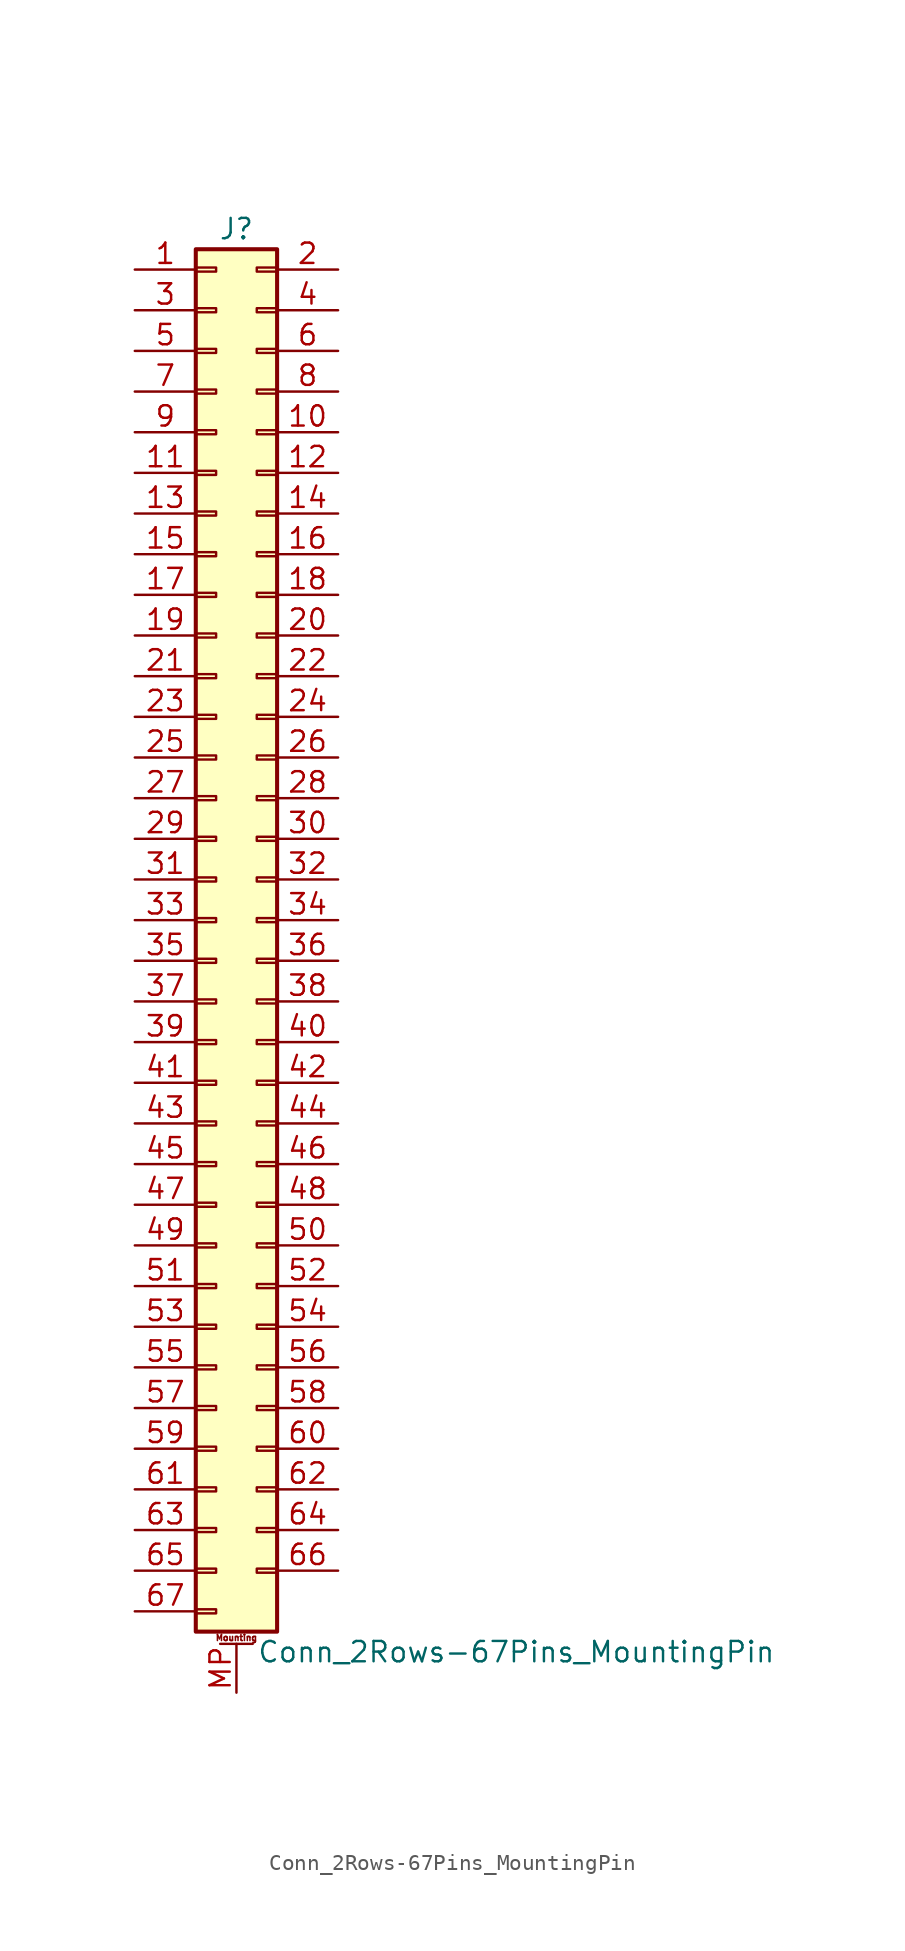
<source format=kicad_sym>
(kicad_symbol_lib
  (version 20211014)
  (generator kicad_symbol_editor)
  (symbol "Conn_2Rows-67Pins_MountingPin"
    (pin_names
      (offset 1.016) hide)
    (property "Reference" "J"
      (at 1.27 43.18 0)
      (effects (font (size 1.27 1.27))))
    (property "Value" "Conn_2Rows-67Pins_MountingPin"
      (at 2.54 -45.72 0)
      (effects (font (size 1.27 1.27)) (justify left)))
    (symbol "Conn_2Rows-67Pins_MountingPin_1_1"
      (rectangle (start -1.27 -43.053) (end 0 -43.307) (stroke (width 0.152) (type default) (color 0 0 0 0)) (fill (type none)))
      (rectangle (start -1.27 -40.513) (end 0 -40.767) (stroke (width 0.152) (type default) (color 0 0 0 0)) (fill (type none)))
      (rectangle (start -1.27 -37.973) (end 0 -38.227) (stroke (width 0.152) (type default) (color 0 0 0 0)) (fill (type none)))
      (rectangle (start -1.27 -35.433) (end 0 -35.687) (stroke (width 0.152) (type default) (color 0 0 0 0)) (fill (type none)))
      (rectangle (start -1.27 -32.893) (end 0 -33.147) (stroke (width 0.152) (type default) (color 0 0 0 0)) (fill (type none)))
      (rectangle (start -1.27 -30.353) (end 0 -30.607) (stroke (width 0.152) (type default) (color 0 0 0 0)) (fill (type none)))
      (rectangle (start -1.27 -27.813) (end 0 -28.067) (stroke (width 0.152) (type default) (color 0 0 0 0)) (fill (type none)))
      (rectangle (start -1.27 -25.273) (end 0 -25.527) (stroke (width 0.152) (type default) (color 0 0 0 0)) (fill (type none)))
      (rectangle (start -1.27 -22.733) (end 0 -22.987) (stroke (width 0.152) (type default) (color 0 0 0 0)) (fill (type none)))
      (rectangle (start -1.27 -20.193) (end 0 -20.447) (stroke (width 0.152) (type default) (color 0 0 0 0)) (fill (type none)))
      (rectangle (start -1.27 -17.653) (end 0 -17.907) (stroke (width 0.152) (type default) (color 0 0 0 0)) (fill (type none)))
      (rectangle (start -1.27 -15.113) (end 0 -15.367) (stroke (width 0.152) (type default) (color 0 0 0 0)) (fill (type none)))
      (rectangle (start -1.27 -12.573) (end 0 -12.827) (stroke (width 0.152) (type default) (color 0 0 0 0)) (fill (type none)))
      (rectangle (start -1.27 -10.033) (end 0 -10.287) (stroke (width 0.152) (type default) (color 0 0 0 0)) (fill (type none)))
      (rectangle (start -1.27 -7.493) (end 0 -7.747) (stroke (width 0.152) (type default) (color 0 0 0 0)) (fill (type none)))
      (rectangle (start -1.27 -4.953) (end 0 -5.207) (stroke (width 0.152) (type default) (color 0 0 0 0)) (fill (type none)))
      (rectangle (start -1.27 -2.413) (end 0 -2.667) (stroke (width 0.152) (type default) (color 0 0 0 0)) (fill (type none)))
      (rectangle (start -1.27 0.127) (end 0 -0.127) (stroke (width 0.152) (type default) (color 0 0 0 0)) (fill (type none)))
      (rectangle (start -1.27 2.667) (end 0 2.413) (stroke (width 0.152) (type default) (color 0 0 0 0)) (fill (type none)))
      (rectangle (start -1.27 5.207) (end 0 4.953) (stroke (width 0.152) (type default) (color 0 0 0 0)) (fill (type none)))
      (rectangle (start -1.27 7.747) (end 0 7.493) (stroke (width 0.152) (type default) (color 0 0 0 0)) (fill (type none)))
      (rectangle (start -1.27 10.287) (end 0 10.033) (stroke (width 0.152) (type default) (color 0 0 0 0)) (fill (type none)))
      (rectangle (start -1.27 12.827) (end 0 12.573) (stroke (width 0.152) (type default) (color 0 0 0 0)) (fill (type none)))
      (rectangle (start -1.27 15.367) (end 0 15.113) (stroke (width 0.152) (type default) (color 0 0 0 0)) (fill (type none)))
      (rectangle (start -1.27 17.907) (end 0 17.653) (stroke (width 0.152) (type default) (color 0 0 0 0)) (fill (type none)))
      (rectangle (start -1.27 20.447) (end 0 20.193) (stroke (width 0.152) (type default) (color 0 0 0 0)) (fill (type none)))
      (rectangle (start -1.27 22.987) (end 0 22.733) (stroke (width 0.152) (type default) (color 0 0 0 0)) (fill (type none)))
      (rectangle (start -1.27 25.527) (end 0 25.273) (stroke (width 0.152) (type default) (color 0 0 0 0)) (fill (type none)))
      (rectangle (start -1.27 28.067) (end 0 27.813) (stroke (width 0.152) (type default) (color 0 0 0 0)) (fill (type none)))
      (rectangle (start -1.27 30.607) (end 0 30.353) (stroke (width 0.152) (type default) (color 0 0 0 0)) (fill (type none)))
      (rectangle (start -1.27 33.147) (end 0 32.893) (stroke (width 0.152) (type default) (color 0 0 0 0)) (fill (type none)))
      (rectangle (start -1.27 35.687) (end 0 35.433) (stroke (width 0.152) (type default) (color 0 0 0 0)) (fill (type none)))
      (rectangle (start -1.27 38.227) (end 0 37.973) (stroke (width 0.152) (type default) (color 0 0 0 0)) (fill (type none)))
      (rectangle (start -1.27 40.767) (end 0 40.513) (stroke (width 0.152) (type default) (color 0 0 0 0)) (fill (type none)))
      (rectangle (start -1.27 41.91) (end 3.81 -44.45) (stroke (width 0.254) (type default) (color 0 0 0 0)) (fill (type background)))
      (polyline (pts (xy 0.254 -45.212) (xy 2.286 -45.212)) (stroke (width 0.152) (type default) (color 0 0 0 0)) (fill (type none)))
      (rectangle (start 3.81 -40.513) (end 2.54 -40.767) (stroke (width 0.152) (type default) (color 0 0 0 0)) (fill (type none)))
      (rectangle (start 3.81 -37.973) (end 2.54 -38.227) (stroke (width 0.152) (type default) (color 0 0 0 0)) (fill (type none)))
      (rectangle (start 3.81 -35.433) (end 2.54 -35.687) (stroke (width 0.152) (type default) (color 0 0 0 0)) (fill (type none)))
      (rectangle (start 3.81 -32.893) (end 2.54 -33.147) (stroke (width 0.152) (type default) (color 0 0 0 0)) (fill (type none)))
      (rectangle (start 3.81 -30.353) (end 2.54 -30.607) (stroke (width 0.152) (type default) (color 0 0 0 0)) (fill (type none)))
      (rectangle (start 3.81 -27.813) (end 2.54 -28.067) (stroke (width 0.152) (type default) (color 0 0 0 0)) (fill (type none)))
      (rectangle (start 3.81 -25.273) (end 2.54 -25.527) (stroke (width 0.152) (type default) (color 0 0 0 0)) (fill (type none)))
      (rectangle (start 3.81 -22.733) (end 2.54 -22.987) (stroke (width 0.152) (type default) (color 0 0 0 0)) (fill (type none)))
      (rectangle (start 3.81 -20.193) (end 2.54 -20.447) (stroke (width 0.152) (type default) (color 0 0 0 0)) (fill (type none)))
      (rectangle (start 3.81 -17.653) (end 2.54 -17.907) (stroke (width 0.152) (type default) (color 0 0 0 0)) (fill (type none)))
      (rectangle (start 3.81 -15.113) (end 2.54 -15.367) (stroke (width 0.152) (type default) (color 0 0 0 0)) (fill (type none)))
      (rectangle (start 3.81 -12.573) (end 2.54 -12.827) (stroke (width 0.152) (type default) (color 0 0 0 0)) (fill (type none)))
      (rectangle (start 3.81 -10.033) (end 2.54 -10.287) (stroke (width 0.152) (type default) (color 0 0 0 0)) (fill (type none)))
      (rectangle (start 3.81 -7.493) (end 2.54 -7.747) (stroke (width 0.152) (type default) (color 0 0 0 0)) (fill (type none)))
      (rectangle (start 3.81 -4.953) (end 2.54 -5.207) (stroke (width 0.152) (type default) (color 0 0 0 0)) (fill (type none)))
      (rectangle (start 3.81 -2.413) (end 2.54 -2.667) (stroke (width 0.152) (type default) (color 0 0 0 0)) (fill (type none)))
      (rectangle (start 3.81 0.127) (end 2.54 -0.127) (stroke (width 0.152) (type default) (color 0 0 0 0)) (fill (type none)))
      (rectangle (start 3.81 2.667) (end 2.54 2.413) (stroke (width 0.152) (type default) (color 0 0 0 0)) (fill (type none)))
      (rectangle (start 3.81 5.207) (end 2.54 4.953) (stroke (width 0.152) (type default) (color 0 0 0 0)) (fill (type none)))
      (rectangle (start 3.81 7.747) (end 2.54 7.493) (stroke (width 0.152) (type default) (color 0 0 0 0)) (fill (type none)))
      (rectangle (start 3.81 10.287) (end 2.54 10.033) (stroke (width 0.152) (type default) (color 0 0 0 0)) (fill (type none)))
      (rectangle (start 3.81 12.827) (end 2.54 12.573) (stroke (width 0.152) (type default) (color 0 0 0 0)) (fill (type none)))
      (rectangle (start 3.81 15.367) (end 2.54 15.113) (stroke (width 0.152) (type default) (color 0 0 0 0)) (fill (type none)))
      (rectangle (start 3.81 17.907) (end 2.54 17.653) (stroke (width 0.152) (type default) (color 0 0 0 0)) (fill (type none)))
      (rectangle (start 3.81 20.447) (end 2.54 20.193) (stroke (width 0.152) (type default) (color 0 0 0 0)) (fill (type none)))
      (rectangle (start 3.81 22.987) (end 2.54 22.733) (stroke (width 0.152) (type default) (color 0 0 0 0)) (fill (type none)))
      (rectangle (start 3.81 25.527) (end 2.54 25.273) (stroke (width 0.152) (type default) (color 0 0 0 0)) (fill (type none)))
      (rectangle (start 3.81 28.067) (end 2.54 27.813) (stroke (width 0.152) (type default) (color 0 0 0 0)) (fill (type none)))
      (rectangle (start 3.81 30.607) (end 2.54 30.353) (stroke (width 0.152) (type default) (color 0 0 0 0)) (fill (type none)))
      (rectangle (start 3.81 33.147) (end 2.54 32.893) (stroke (width 0.152) (type default) (color 0 0 0 0)) (fill (type none)))
      (rectangle (start 3.81 35.687) (end 2.54 35.433) (stroke (width 0.152) (type default) (color 0 0 0 0)) (fill (type none)))
      (rectangle (start 3.81 38.227) (end 2.54 37.973) (stroke (width 0.152) (type default) (color 0 0 0 0)) (fill (type none)))
      (rectangle (start 3.81 40.767) (end 2.54 40.513) (stroke (width 0.152) (type default) (color 0 0 0 0)) (fill (type none)))
      (text "Mounting" (at 1.27 -44.831 0) (effects (font (size 0.381 0.381))))
      (pin passive line (at -5.08 40.64 0) (length 3.81) (name "Pin_1" (effects (font (size 1.27 1.27)))) (number "1" (effects (font (size 1.27 1.27)))))
      (pin passive line (at 7.62 30.48 180) (length 3.81) (name "Pin_10" (effects (font (size 1.27 1.27)))) (number "10" (effects (font (size 1.27 1.27)))))
      (pin passive line (at -5.08 27.94 0) (length 3.81) (name "Pin_11" (effects (font (size 1.27 1.27)))) (number "11" (effects (font (size 1.27 1.27)))))
      (pin passive line (at 7.62 27.94 180) (length 3.81) (name "Pin_12" (effects (font (size 1.27 1.27)))) (number "12" (effects (font (size 1.27 1.27)))))
      (pin passive line (at -5.08 25.4 0) (length 3.81) (name "Pin_13" (effects (font (size 1.27 1.27)))) (number "13" (effects (font (size 1.27 1.27)))))
      (pin passive line (at 7.62 25.4 180) (length 3.81) (name "Pin_14" (effects (font (size 1.27 1.27)))) (number "14" (effects (font (size 1.27 1.27)))))
      (pin passive line (at -5.08 22.86 0) (length 3.81) (name "Pin_15" (effects (font (size 1.27 1.27)))) (number "15" (effects (font (size 1.27 1.27)))))
      (pin passive line (at 7.62 22.86 180) (length 3.81) (name "Pin_16" (effects (font (size 1.27 1.27)))) (number "16" (effects (font (size 1.27 1.27)))))
      (pin passive line (at -5.08 20.32 0) (length 3.81) (name "Pin_17" (effects (font (size 1.27 1.27)))) (number "17" (effects (font (size 1.27 1.27)))))
      (pin passive line (at 7.62 20.32 180) (length 3.81) (name "Pin_18" (effects (font (size 1.27 1.27)))) (number "18" (effects (font (size 1.27 1.27)))))
      (pin passive line (at -5.08 17.78 0) (length 3.81) (name "Pin_19" (effects (font (size 1.27 1.27)))) (number "19" (effects (font (size 1.27 1.27)))))
      (pin passive line (at 7.62 40.64 180) (length 3.81) (name "Pin_2" (effects (font (size 1.27 1.27)))) (number "2" (effects (font (size 1.27 1.27)))))
      (pin passive line (at 7.62 17.78 180) (length 3.81) (name "Pin_20" (effects (font (size 1.27 1.27)))) (number "20" (effects (font (size 1.27 1.27)))))
      (pin passive line (at -5.08 15.24 0) (length 3.81) (name "Pin_21" (effects (font (size 1.27 1.27)))) (number "21" (effects (font (size 1.27 1.27)))))
      (pin passive line (at 7.62 15.24 180) (length 3.81) (name "Pin_22" (effects (font (size 1.27 1.27)))) (number "22" (effects (font (size 1.27 1.27)))))
      (pin passive line (at -5.08 12.7 0) (length 3.81) (name "Pin_23" (effects (font (size 1.27 1.27)))) (number "23" (effects (font (size 1.27 1.27)))))
      (pin passive line (at 7.62 12.7 180) (length 3.81) (name "Pin_24" (effects (font (size 1.27 1.27)))) (number "24" (effects (font (size 1.27 1.27)))))
      (pin passive line (at -5.08 10.16 0) (length 3.81) (name "Pin_25" (effects (font (size 1.27 1.27)))) (number "25" (effects (font (size 1.27 1.27)))))
      (pin passive line (at 7.62 10.16 180) (length 3.81) (name "Pin_26" (effects (font (size 1.27 1.27)))) (number "26" (effects (font (size 1.27 1.27)))))
      (pin passive line (at -5.08 7.62 0) (length 3.81) (name "Pin_27" (effects (font (size 1.27 1.27)))) (number "27" (effects (font (size 1.27 1.27)))))
      (pin passive line (at 7.62 7.62 180) (length 3.81) (name "Pin_28" (effects (font (size 1.27 1.27)))) (number "28" (effects (font (size 1.27 1.27)))))
      (pin passive line (at -5.08 5.08 0) (length 3.81) (name "Pin_29" (effects (font (size 1.27 1.27)))) (number "29" (effects (font (size 1.27 1.27)))))
      (pin passive line (at -5.08 38.1 0) (length 3.81) (name "Pin_3" (effects (font (size 1.27 1.27)))) (number "3" (effects (font (size 1.27 1.27)))))
      (pin passive line (at 7.62 5.08 180) (length 3.81) (name "Pin_30" (effects (font (size 1.27 1.27)))) (number "30" (effects (font (size 1.27 1.27)))))
      (pin passive line (at -5.08 2.54 0) (length 3.81) (name "Pin_31" (effects (font (size 1.27 1.27)))) (number "31" (effects (font (size 1.27 1.27)))))
      (pin passive line (at 7.62 2.54 180) (length 3.81) (name "Pin_32" (effects (font (size 1.27 1.27)))) (number "32" (effects (font (size 1.27 1.27)))))
      (pin passive line (at -5.08 0 0) (length 3.81) (name "Pin_33" (effects (font (size 1.27 1.27)))) (number "33" (effects (font (size 1.27 1.27)))))
      (pin passive line (at 7.62 0 180) (length 3.81) (name "Pin_34" (effects (font (size 1.27 1.27)))) (number "34" (effects (font (size 1.27 1.27)))))
      (pin passive line (at -5.08 -2.54 0) (length 3.81) (name "Pin_35" (effects (font (size 1.27 1.27)))) (number "35" (effects (font (size 1.27 1.27)))))
      (pin passive line (at 7.62 -2.54 180) (length 3.81) (name "Pin_36" (effects (font (size 1.27 1.27)))) (number "36" (effects (font (size 1.27 1.27)))))
      (pin passive line (at -5.08 -5.08 0) (length 3.81) (name "Pin_37" (effects (font (size 1.27 1.27)))) (number "37" (effects (font (size 1.27 1.27)))))
      (pin passive line (at 7.62 -5.08 180) (length 3.81) (name "Pin_38" (effects (font (size 1.27 1.27)))) (number "38" (effects (font (size 1.27 1.27)))))
      (pin passive line (at -5.08 -7.62 0) (length 3.81) (name "Pin_39" (effects (font (size 1.27 1.27)))) (number "39" (effects (font (size 1.27 1.27)))))
      (pin passive line (at 7.62 38.1 180) (length 3.81) (name "Pin_4" (effects (font (size 1.27 1.27)))) (number "4" (effects (font (size 1.27 1.27)))))
      (pin passive line (at 7.62 -7.62 180) (length 3.81) (name "Pin_40" (effects (font (size 1.27 1.27)))) (number "40" (effects (font (size 1.27 1.27)))))
      (pin passive line (at -5.08 -10.16 0) (length 3.81) (name "Pin_41" (effects (font (size 1.27 1.27)))) (number "41" (effects (font (size 1.27 1.27)))))
      (pin passive line (at 7.62 -10.16 180) (length 3.81) (name "Pin_42" (effects (font (size 1.27 1.27)))) (number "42" (effects (font (size 1.27 1.27)))))
      (pin passive line (at -5.08 -12.7 0) (length 3.81) (name "Pin_43" (effects (font (size 1.27 1.27)))) (number "43" (effects (font (size 1.27 1.27)))))
      (pin passive line (at 7.62 -12.7 180) (length 3.81) (name "Pin_44" (effects (font (size 1.27 1.27)))) (number "44" (effects (font (size 1.27 1.27)))))
      (pin passive line (at -5.08 -15.24 0) (length 3.81) (name "Pin_45" (effects (font (size 1.27 1.27)))) (number "45" (effects (font (size 1.27 1.27)))))
      (pin passive line (at 7.62 -15.24 180) (length 3.81) (name "Pin_46" (effects (font (size 1.27 1.27)))) (number "46" (effects (font (size 1.27 1.27)))))
      (pin passive line (at -5.08 -17.78 0) (length 3.81) (name "Pin_47" (effects (font (size 1.27 1.27)))) (number "47" (effects (font (size 1.27 1.27)))))
      (pin passive line (at 7.62 -17.78 180) (length 3.81) (name "Pin_48" (effects (font (size 1.27 1.27)))) (number "48" (effects (font (size 1.27 1.27)))))
      (pin passive line (at -5.08 -20.32 0) (length 3.81) (name "Pin_49" (effects (font (size 1.27 1.27)))) (number "49" (effects (font (size 1.27 1.27)))))
      (pin passive line (at -5.08 35.56 0) (length 3.81) (name "Pin_5" (effects (font (size 1.27 1.27)))) (number "5" (effects (font (size 1.27 1.27)))))
      (pin passive line (at 7.62 -20.32 180) (length 3.81) (name "Pin_50" (effects (font (size 1.27 1.27)))) (number "50" (effects (font (size 1.27 1.27)))))
      (pin passive line (at -5.08 -22.86 0) (length 3.81) (name "Pin_51" (effects (font (size 1.27 1.27)))) (number "51" (effects (font (size 1.27 1.27)))))
      (pin passive line (at 7.62 -22.86 180) (length 3.81) (name "Pin_52" (effects (font (size 1.27 1.27)))) (number "52" (effects (font (size 1.27 1.27)))))
      (pin passive line (at -5.08 -25.4 0) (length 3.81) (name "Pin_53" (effects (font (size 1.27 1.27)))) (number "53" (effects (font (size 1.27 1.27)))))
      (pin passive line (at 7.62 -25.4 180) (length 3.81) (name "Pin_54" (effects (font (size 1.27 1.27)))) (number "54" (effects (font (size 1.27 1.27)))))
      (pin passive line (at -5.08 -27.94 0) (length 3.81) (name "Pin_55" (effects (font (size 1.27 1.27)))) (number "55" (effects (font (size 1.27 1.27)))))
      (pin passive line (at 7.62 -27.94 180) (length 3.81) (name "Pin_56" (effects (font (size 1.27 1.27)))) (number "56" (effects (font (size 1.27 1.27)))))
      (pin passive line (at -5.08 -30.48 0) (length 3.81) (name "Pin_57" (effects (font (size 1.27 1.27)))) (number "57" (effects (font (size 1.27 1.27)))))
      (pin passive line (at 7.62 -30.48 180) (length 3.81) (name "Pin_58" (effects (font (size 1.27 1.27)))) (number "58" (effects (font (size 1.27 1.27)))))
      (pin passive line (at -5.08 -33.02 0) (length 3.81) (name "Pin_59" (effects (font (size 1.27 1.27)))) (number "59" (effects (font (size 1.27 1.27)))))
      (pin passive line (at 7.62 35.56 180) (length 3.81) (name "Pin_6" (effects (font (size 1.27 1.27)))) (number "6" (effects (font (size 1.27 1.27)))))
      (pin passive line (at 7.62 -33.02 180) (length 3.81) (name "Pin_60" (effects (font (size 1.27 1.27)))) (number "60" (effects (font (size 1.27 1.27)))))
      (pin passive line (at -5.08 -35.56 0) (length 3.81) (name "Pin_61" (effects (font (size 1.27 1.27)))) (number "61" (effects (font (size 1.27 1.27)))))
      (pin passive line (at 7.62 -35.56 180) (length 3.81) (name "Pin_62" (effects (font (size 1.27 1.27)))) (number "62" (effects (font (size 1.27 1.27)))))
      (pin passive line (at -5.08 -38.1 0) (length 3.81) (name "Pin_63" (effects (font (size 1.27 1.27)))) (number "63" (effects (font (size 1.27 1.27)))))
      (pin passive line (at 7.62 -38.1 180) (length 3.81) (name "Pin_64" (effects (font (size 1.27 1.27)))) (number "64" (effects (font (size 1.27 1.27)))))
      (pin passive line (at -5.08 -40.64 0) (length 3.81) (name "Pin_65" (effects (font (size 1.27 1.27)))) (number "65" (effects (font (size 1.27 1.27)))))
      (pin passive line (at 7.62 -40.64 180) (length 3.81) (name "Pin_66" (effects (font (size 1.27 1.27)))) (number "66" (effects (font (size 1.27 1.27)))))
      (pin passive line (at -5.08 -43.18 0) (length 3.81) (name "Pin_67" (effects (font (size 1.27 1.27)))) (number "67" (effects (font (size 1.27 1.27)))))
      (pin passive line (at -5.08 33.02 0) (length 3.81) (name "Pin_7" (effects (font (size 1.27 1.27)))) (number "7" (effects (font (size 1.27 1.27)))))
      (pin passive line (at 7.62 33.02 180) (length 3.81) (name "Pin_8" (effects (font (size 1.27 1.27)))) (number "8" (effects (font (size 1.27 1.27)))))
      (pin passive line (at -5.08 30.48 0) (length 3.81) (name "Pin_9" (effects (font (size 1.27 1.27)))) (number "9" (effects (font (size 1.27 1.27)))))
      (pin passive line (at 1.27 -48.26 90) (length 3.048) (name "MountPin" (effects (font (size 1.27 1.27)))) (number "MP" (effects (font (size 1.27 1.27))))))))
</source>
